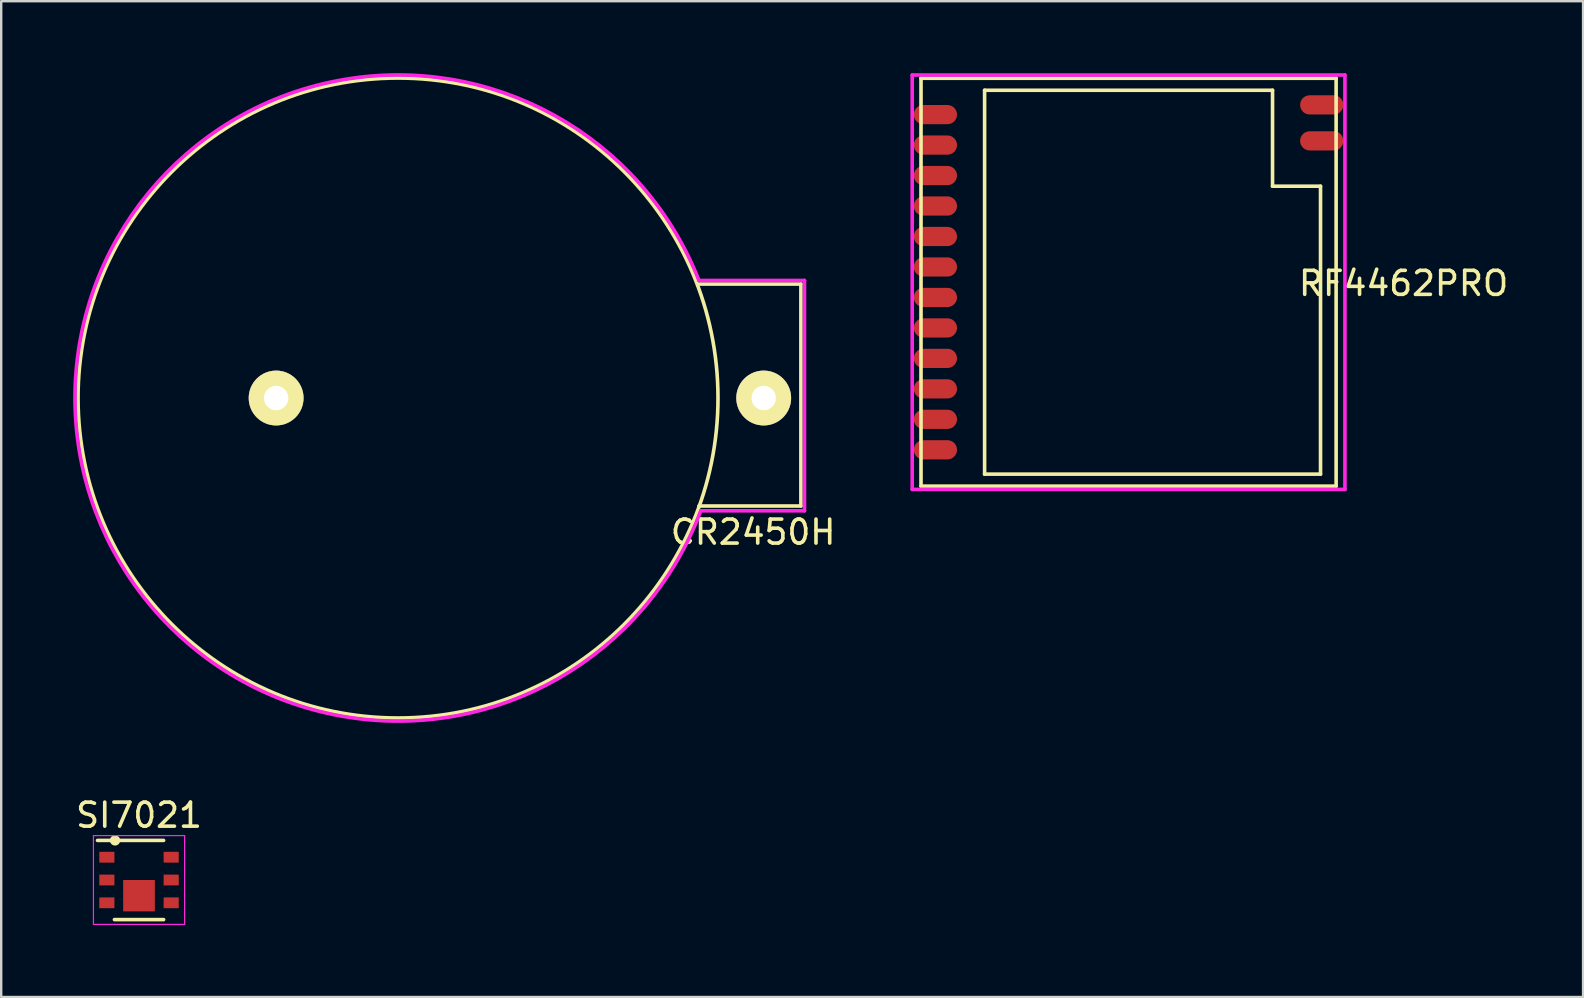
<source format=kicad_pcb>
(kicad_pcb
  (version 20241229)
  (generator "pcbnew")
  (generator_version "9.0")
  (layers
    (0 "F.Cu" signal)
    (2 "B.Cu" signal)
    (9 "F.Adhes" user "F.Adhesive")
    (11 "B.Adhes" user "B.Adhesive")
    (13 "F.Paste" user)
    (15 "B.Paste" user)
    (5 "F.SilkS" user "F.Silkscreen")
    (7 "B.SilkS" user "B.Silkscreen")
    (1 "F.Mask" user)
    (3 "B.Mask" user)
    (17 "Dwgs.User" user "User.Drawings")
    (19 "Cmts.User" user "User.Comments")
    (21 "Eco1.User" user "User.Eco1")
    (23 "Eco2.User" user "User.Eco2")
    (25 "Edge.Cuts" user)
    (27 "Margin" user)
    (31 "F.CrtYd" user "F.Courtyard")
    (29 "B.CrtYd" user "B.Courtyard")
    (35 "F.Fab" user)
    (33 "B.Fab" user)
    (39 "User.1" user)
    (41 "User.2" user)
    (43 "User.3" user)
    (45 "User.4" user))
  (footprint "SI7021"
    (layer "F.Cu")
    (at 2.744 33.625)
    (property "Reference" "SI7021" (at 0 -2.7 0) (layer "F.SilkS") (effects (font (size 1 1) (thickness 0.15))))
    (attr smd)
    (fp_line (start -1.73 -1.65) (end 1.025 -1.65) (stroke (width 0.15) (type solid)) (layer "F.SilkS"))
    (fp_line (start -1.025 1.65) (end 1.025 1.65) (stroke (width 0.15) (type solid)) (layer "F.SilkS"))
    (fp_circle (center -1 -1.65) (end -0.9 -1.55) (stroke (width 0.15) (type solid)) (fill no) (layer "F.SilkS"))
    (fp_line (start -1.9 -1.85) (end -1.9 1.85) (stroke (width 0.05) (type solid)) (layer "F.CrtYd"))
    (fp_line (start -1.9 -1.85) (end 1.9 -1.85) (stroke (width 0.05) (type solid)) (layer "F.CrtYd"))
    (fp_line (start -1.9 1.85) (end 1.9 1.85) (stroke (width 0.05) (type solid)) (layer "F.CrtYd"))
    (fp_line (start 1.9 -1.85) (end 1.9 1.85) (stroke (width 0.05) (type solid)) (layer "F.CrtYd"))
    (pad "" smd rect (at -0.325 0.65) (size 0.65 1.3) (layers "F.Cu" "F.Mask" "F.Paste"))
    (pad "" smd rect (at -0.325 0.65) (size 0.65 1.3) (layers "F.Cu" "F.Mask" "F.Paste"))
    (pad "" smd rect (at 0.325 0.65) (size 0.65 1.3) (layers "F.Cu" "F.Mask" "F.Paste"))
    (pad "" smd rect (at 0.325 0.65) (size 0.65 1.3) (layers "F.Cu" "F.Mask" "F.Paste"))
    (pad "1" smd rect (at -1.34 -0.95) (size 0.63 0.45) (layers "F.Cu" "F.Mask" "F.Paste"))
    (pad "2" smd rect (at -1.34 0) (size 0.63 0.45) (layers "F.Cu" "F.Mask" "F.Paste"))
    (pad "3" smd rect (at -1.34 0.95) (size 0.63 0.45) (layers "F.Cu" "F.Mask" "F.Paste"))
    (pad "4" smd rect (at 1.34 0.95) (size 0.63 0.45) (layers "F.Cu" "F.Mask" "F.Paste"))
    (pad "5" smd rect (at 1.34 0) (size 0.63 0.45) (layers "F.Cu" "F.Mask" "F.Paste"))
    (pad "6" smd rect (at 1.34 -0.95) (size 0.63 0.45) (layers "F.Cu" "F.Mask" "F.Paste")))
  (footprint "CR2450H"
    (layer "F.Cu")
    (at 16.078 13.538)
    (property "Reference" "CR2450H" (at 12.26 5.59 0) (layer "F.SilkS") (effects (font (size 1 1) (thickness 0.15))))
    (attr through_hole)
    (fp_line (start 10 4.5) (end 14.25 4.5) (stroke (width 0.15) (type solid)) (layer "F.SilkS"))
    (fp_line (start 14.25 -4.75) (end 10 -4.75) (stroke (width 0.15) (type solid)) (layer "F.SilkS"))
    (fp_line (start 14.25 4.5) (end 14.25 -4.75) (stroke (width 0.15) (type solid)) (layer "F.SilkS"))
    (fp_circle (center -2.54 0) (end 10.795 0) (stroke (width 0.15) (type solid)) (fill no) (layer "F.SilkS"))
    (fp_line (start 10.077 4.699) (end 14.4 4.7) (stroke (width 0.15) (type solid)) (layer "F.CrtYd"))
    (fp_line (start 14.4 -4.9) (end 10 -4.9) (stroke (width 0.15) (type solid)) (layer "F.CrtYd"))
    (fp_line (start 14.4 4.7) (end 14.4 -4.9) (stroke (width 0.15) (type solid)) (layer "F.CrtYd"))
    (fp_arc (start 10.076771 4.698798) (mid -16.002913 0.107675) (end 10 -4.9) (stroke (width 0.15) (type solid)) (layer "F.CrtYd"))
    (pad "1" thru_hole circle (at 12.7 0) (size 2.286 2.286) (drill 1.016) (layers "*.Cu" "*.Mask" "F.SilkS"))
    (pad "2" thru_hole circle (at -7.62 0) (size 2.286 2.286) (drill 1.016) (layers "*.Cu" "*.Mask" "F.SilkS")))
  (footprint "RF4462PRO"
    (layer "F.Cu")
    (at 43.984 8.711)
    (property "Reference" "RF4462PRO" (at 11.46 0.05 0) (layer "F.SilkS") (effects (font (size 1 1) (thickness 0.15))))
    (attr smd)
    (fp_line (start -8.65 -8.5) (end 8.65 -8.5) (stroke (width 0.15) (type solid)) (layer "F.SilkS"))
    (fp_line (start -8.65 8.5) (end -8.65 -8.5) (stroke (width 0.15) (type solid)) (layer "F.SilkS"))
    (fp_line (start -6 -8) (end -6 8) (stroke (width 0.15) (type solid)) (layer "F.SilkS"))
    (fp_line (start -6 8) (end 8 8) (stroke (width 0.15) (type solid)) (layer "F.SilkS"))
    (fp_line (start 6 -8) (end -6 -8) (stroke (width 0.15) (type solid)) (layer "F.SilkS"))
    (fp_line (start 6 -4) (end 6 -8) (stroke (width 0.15) (type solid)) (layer "F.SilkS"))
    (fp_line (start 8 -4) (end 6 -4) (stroke (width 0.15) (type solid)) (layer "F.SilkS"))
    (fp_line (start 8 8) (end 8 -4) (stroke (width 0.15) (type solid)) (layer "F.SilkS"))
    (fp_line (start 8.65 -8.5) (end 8.65 8.5) (stroke (width 0.15) (type solid)) (layer "F.SilkS"))
    (fp_line (start 8.65 8.5) (end -8.65 8.5) (stroke (width 0.15) (type solid)) (layer "F.SilkS"))
    (fp_line (start -9.017 -8.636) (end 9.017 -8.636) (stroke (width 0.15) (type solid)) (layer "F.CrtYd"))
    (fp_line (start -9.017 8.636) (end -9.017 -8.636) (stroke (width 0.15) (type solid)) (layer "F.CrtYd"))
    (fp_line (start 9.017 -8.636) (end 9.017 8.636) (stroke (width 0.15) (type solid)) (layer "F.CrtYd"))
    (fp_line (start 9.017 8.636) (end -9.017 8.636) (stroke (width 0.15) (type solid)) (layer "F.CrtYd"))
    (pad "1" smd oval (at -8.05 -6.985) (size 1.8 0.8) (layers "F.Cu" "F.Mask" "F.Paste"))
    (pad "2" smd oval (at -8.05 -5.715) (size 1.8 0.8) (layers "F.Cu" "F.Mask" "F.Paste"))
    (pad "3" smd oval (at -8.05 -4.445) (size 1.8 0.8) (layers "F.Cu" "F.Mask" "F.Paste"))
    (pad "4" smd oval (at -8.05 -3.175) (size 1.8 0.8) (layers "F.Cu" "F.Mask" "F.Paste"))
    (pad "5" smd oval (at -8.05 -1.905) (size 1.8 0.8) (layers "F.Cu" "F.Mask" "F.Paste"))
    (pad "6" smd oval (at -8.05 -0.635) (size 1.8 0.8) (layers "F.Cu" "F.Mask" "F.Paste"))
    (pad "7" smd oval (at -8.05 0.635) (size 1.8 0.8) (layers "F.Cu" "F.Mask" "F.Paste"))
    (pad "8" smd oval (at -8.05 1.905) (size 1.8 0.8) (layers "F.Cu" "F.Mask" "F.Paste"))
    (pad "9" smd oval (at -8.05 3.175) (size 1.8 0.8) (layers "F.Cu" "F.Mask" "F.Paste"))
    (pad "10" smd oval (at -8.05 4.445) (size 1.8 0.8) (layers "F.Cu" "F.Mask" "F.Paste"))
    (pad "11" smd oval (at -8.05 5.715) (size 1.8 0.8) (layers "F.Cu" "F.Mask" "F.Paste"))
    (pad "12" smd oval (at -8.05 6.985) (size 1.8 0.8) (layers "F.Cu" "F.Mask" "F.Paste"))
    (pad "13" smd oval (at 8.05 -7.39) (size 1.8 0.8) (layers "F.Cu" "F.Mask" "F.Paste"))
    (pad "14" smd oval (at 8.05 -5.89) (size 1.8 0.8) (layers "F.Cu" "F.Mask" "F.Paste")))
  (gr_rect
    (start -3 -3)
    (end 62.926 38.5)
    (stroke (width 0.1) (type default))
    (fill no)
    (layer "Edge.Cuts")))
</source>
